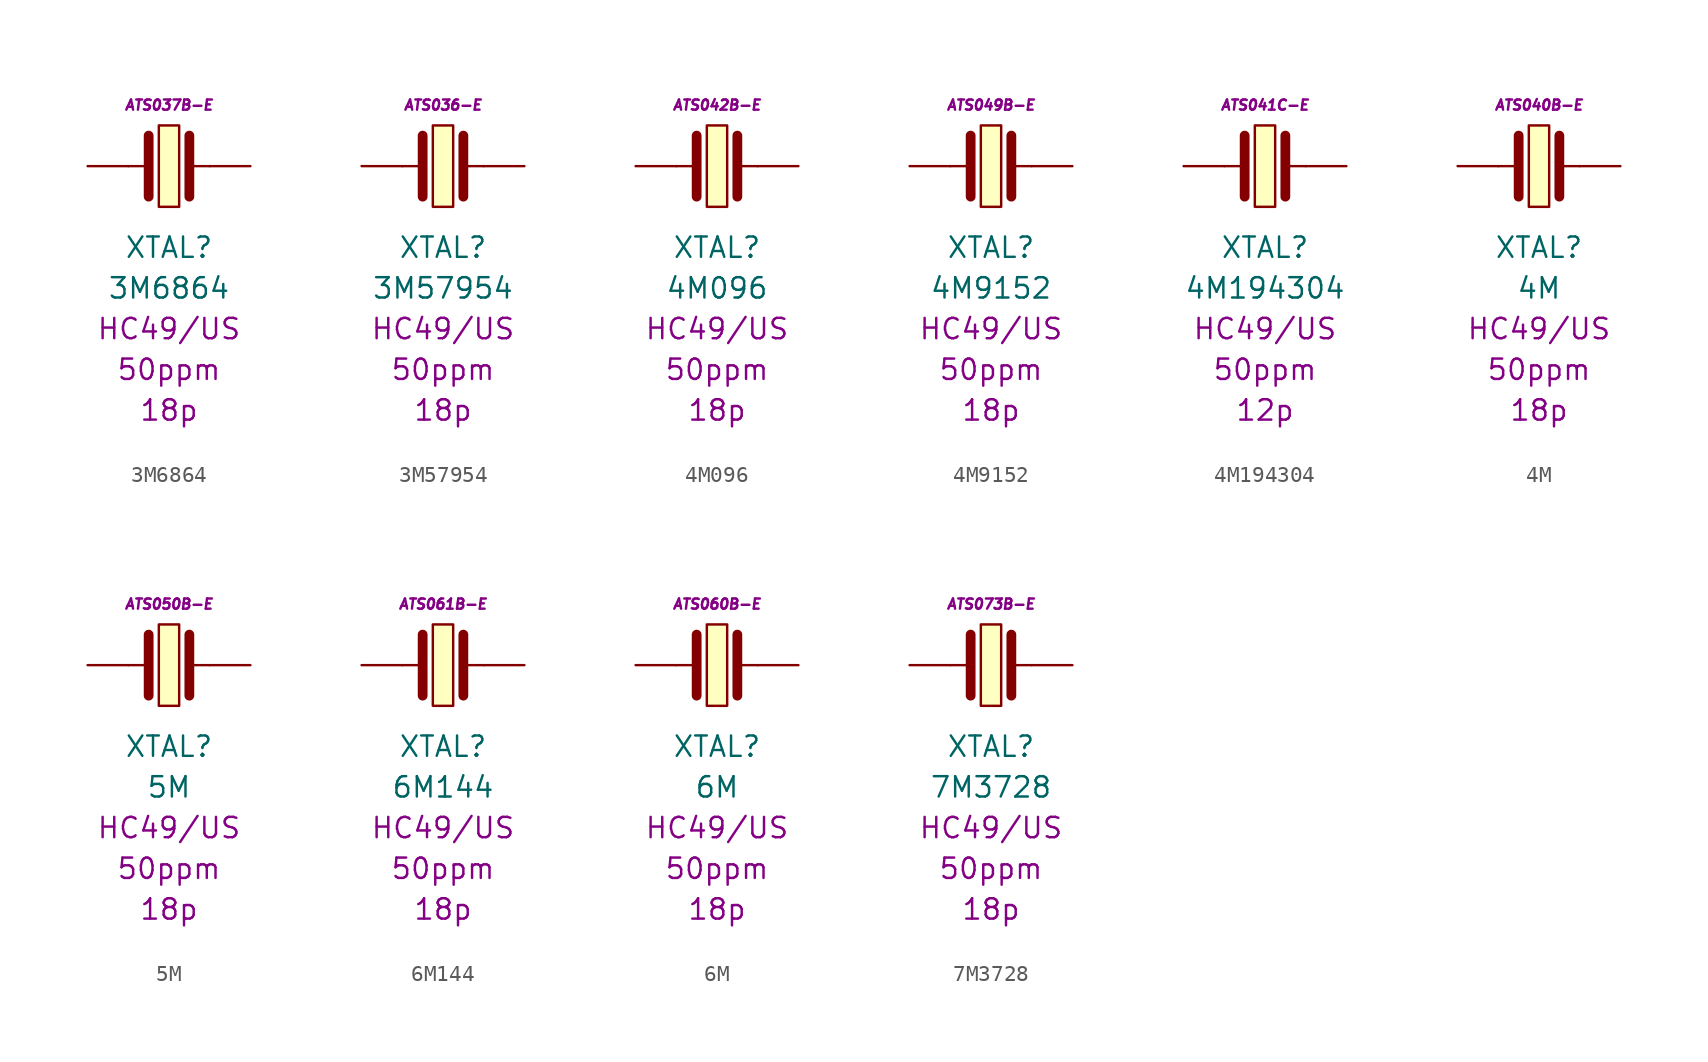
<source format=kicad_sym>
(kicad_symbol_lib
  (version 20201005)
  (generator kicad_symbol_editor)
  (symbol "3M6864"
    (pin_numbers hide)
    (pin_names
      (offset 1.016) hide)
    (property "Reference" "XTAL"
      (at 0 -5.08 0)
      (effects (font (size 1.27 1.27))))
    (property "Value" "3M6864"
      (at 0 -7.62 0)
      (effects (font (size 1.27 1.27))))
    (property "Package" "HC49/US"
      (at 0 -10.16 0)
      (effects (font (size 1.27 1.27))))
    (property "Tolerance" "50ppm"
      (at 0 -12.7 0)
      (effects (font (size 1.27 1.27))))
    (property "LoadCapacitance" "18p"
      (at 0 -15.24 0)
      (effects (font (size 1.27 1.27))))
    (property "MPN" "ATS037B-E"
      (at 0 3.81 0)
      (effects (font (size 0.635 0.635) italic)))
    (symbol "3M6864_0_1"
      (rectangle (start -0.635 2.54) (end 0.635 -2.54) (stroke (width 0.152)) (fill (type background)))
      (polyline (pts (xy -2.54 0) (xy -1.27 0)) (stroke (width 0.152)) (fill (type none)))
      (polyline (pts (xy -1.27 1.905) (xy -1.27 -1.905)) (stroke (width 0.61)) (fill (type none)))
      (polyline (pts (xy 1.27 0) (xy 2.54 0)) (stroke (width 0.152)) (fill (type none)))
      (polyline (pts (xy 1.27 1.905) (xy 1.27 -1.905)) (stroke (width 0.61)) (fill (type none))))
    (symbol "3M6864_1_1"
      (pin passive line (at -5.08 0 0) (length 2.54) (name "~" (effects (font (size 1.778 1.778)))) (number "1" (effects (font (size 1.778 1.778)))))
      (pin passive line (at 5.08 0 180) (length 2.54) (name "~" (effects (font (size 1.778 1.778)))) (number "2" (effects (font (size 1.778 1.778)))))))
  (symbol "3M57954"
    (pin_numbers hide)
    (pin_names
      (offset 1.016) hide)
    (property "Reference" "XTAL"
      (at 0 -5.08 0)
      (effects (font (size 1.27 1.27))))
    (property "Value" "3M57954"
      (at 0 -7.62 0)
      (effects (font (size 1.27 1.27))))
    (property "Package" "HC49/US"
      (at 0 -10.16 0)
      (effects (font (size 1.27 1.27))))
    (property "Tolerance" "50ppm"
      (at 0 -12.7 0)
      (effects (font (size 1.27 1.27))))
    (property "LoadCapacitance" "18p"
      (at 0 -15.24 0)
      (effects (font (size 1.27 1.27))))
    (property "MPN" "ATS036-E"
      (at 0 3.81 0)
      (effects (font (size 0.635 0.635) italic)))
    (symbol "3M57954_0_1"
      (rectangle (start -0.635 2.54) (end 0.635 -2.54) (stroke (width 0.152)) (fill (type background)))
      (polyline (pts (xy -2.54 0) (xy -1.27 0)) (stroke (width 0.152)) (fill (type none)))
      (polyline (pts (xy -1.27 1.905) (xy -1.27 -1.905)) (stroke (width 0.61)) (fill (type none)))
      (polyline (pts (xy 1.27 0) (xy 2.54 0)) (stroke (width 0.152)) (fill (type none)))
      (polyline (pts (xy 1.27 1.905) (xy 1.27 -1.905)) (stroke (width 0.61)) (fill (type none))))
    (symbol "3M57954_1_1"
      (pin passive line (at -5.08 0 0) (length 2.54) (name "~" (effects (font (size 1.778 1.778)))) (number "1" (effects (font (size 1.778 1.778)))))
      (pin passive line (at 5.08 0 180) (length 2.54) (name "~" (effects (font (size 1.778 1.778)))) (number "2" (effects (font (size 1.778 1.778)))))))
  (symbol "4M096"
    (pin_numbers hide)
    (pin_names
      (offset 1.016) hide)
    (property "Reference" "XTAL"
      (at 0 -5.08 0)
      (effects (font (size 1.27 1.27))))
    (property "Value" "4M096"
      (at 0 -7.62 0)
      (effects (font (size 1.27 1.27))))
    (property "Package" "HC49/US"
      (at 0 -10.16 0)
      (effects (font (size 1.27 1.27))))
    (property "Tolerance" "50ppm"
      (at 0 -12.7 0)
      (effects (font (size 1.27 1.27))))
    (property "LoadCapacitance" "18p"
      (at 0 -15.24 0)
      (effects (font (size 1.27 1.27))))
    (property "MPN" "ATS042B-E"
      (at 0 3.81 0)
      (effects (font (size 0.635 0.635) italic)))
    (symbol "4M096_0_1"
      (rectangle (start -0.635 2.54) (end 0.635 -2.54) (stroke (width 0.152)) (fill (type background)))
      (polyline (pts (xy -2.54 0) (xy -1.27 0)) (stroke (width 0.152)) (fill (type none)))
      (polyline (pts (xy -1.27 1.905) (xy -1.27 -1.905)) (stroke (width 0.61)) (fill (type none)))
      (polyline (pts (xy 1.27 0) (xy 2.54 0)) (stroke (width 0.152)) (fill (type none)))
      (polyline (pts (xy 1.27 1.905) (xy 1.27 -1.905)) (stroke (width 0.61)) (fill (type none))))
    (symbol "4M096_1_1"
      (pin passive line (at -5.08 0 0) (length 2.54) (name "~" (effects (font (size 1.778 1.778)))) (number "1" (effects (font (size 1.778 1.778)))))
      (pin passive line (at 5.08 0 180) (length 2.54) (name "~" (effects (font (size 1.778 1.778)))) (number "2" (effects (font (size 1.778 1.778)))))))
  (symbol "4M9152"
    (pin_numbers hide)
    (pin_names
      (offset 1.016) hide)
    (property "Reference" "XTAL"
      (at 0 -5.08 0)
      (effects (font (size 1.27 1.27))))
    (property "Value" "4M9152"
      (at 0 -7.62 0)
      (effects (font (size 1.27 1.27))))
    (property "Package" "HC49/US"
      (at 0 -10.16 0)
      (effects (font (size 1.27 1.27))))
    (property "Tolerance" "50ppm"
      (at 0 -12.7 0)
      (effects (font (size 1.27 1.27))))
    (property "LoadCapacitance" "18p"
      (at 0 -15.24 0)
      (effects (font (size 1.27 1.27))))
    (property "MPN" "ATS049B-E"
      (at 0 3.81 0)
      (effects (font (size 0.635 0.635) italic)))
    (symbol "4M9152_0_1"
      (rectangle (start -0.635 2.54) (end 0.635 -2.54) (stroke (width 0.152)) (fill (type background)))
      (polyline (pts (xy -2.54 0) (xy -1.27 0)) (stroke (width 0.152)) (fill (type none)))
      (polyline (pts (xy -1.27 1.905) (xy -1.27 -1.905)) (stroke (width 0.61)) (fill (type none)))
      (polyline (pts (xy 1.27 0) (xy 2.54 0)) (stroke (width 0.152)) (fill (type none)))
      (polyline (pts (xy 1.27 1.905) (xy 1.27 -1.905)) (stroke (width 0.61)) (fill (type none))))
    (symbol "4M9152_1_1"
      (pin passive line (at -5.08 0 0) (length 2.54) (name "~" (effects (font (size 1.778 1.778)))) (number "1" (effects (font (size 1.778 1.778)))))
      (pin passive line (at 5.08 0 180) (length 2.54) (name "~" (effects (font (size 1.778 1.778)))) (number "2" (effects (font (size 1.778 1.778)))))))
  (symbol "4M194304"
    (pin_numbers hide)
    (pin_names
      (offset 1.016) hide)
    (property "Reference" "XTAL"
      (at 0 -5.08 0)
      (effects (font (size 1.27 1.27))))
    (property "Value" "4M194304"
      (at 0 -7.62 0)
      (effects (font (size 1.27 1.27))))
    (property "Package" "HC49/US"
      (at 0 -10.16 0)
      (effects (font (size 1.27 1.27))))
    (property "Tolerance" "50ppm"
      (at 0 -12.7 0)
      (effects (font (size 1.27 1.27))))
    (property "LoadCapacitance" "12p"
      (at 0 -15.24 0)
      (effects (font (size 1.27 1.27))))
    (property "MPN" "ATS041C-E"
      (at 0 3.81 0)
      (effects (font (size 0.635 0.635) italic)))
    (symbol "4M194304_0_1"
      (rectangle (start -0.635 2.54) (end 0.635 -2.54) (stroke (width 0.152)) (fill (type background)))
      (polyline (pts (xy -2.54 0) (xy -1.27 0)) (stroke (width 0.152)) (fill (type none)))
      (polyline (pts (xy -1.27 1.905) (xy -1.27 -1.905)) (stroke (width 0.61)) (fill (type none)))
      (polyline (pts (xy 1.27 0) (xy 2.54 0)) (stroke (width 0.152)) (fill (type none)))
      (polyline (pts (xy 1.27 1.905) (xy 1.27 -1.905)) (stroke (width 0.61)) (fill (type none))))
    (symbol "4M194304_1_1"
      (pin passive line (at -5.08 0 0) (length 2.54) (name "~" (effects (font (size 1.778 1.778)))) (number "1" (effects (font (size 1.778 1.778)))))
      (pin passive line (at 5.08 0 180) (length 2.54) (name "~" (effects (font (size 1.778 1.778)))) (number "2" (effects (font (size 1.778 1.778)))))))
  (symbol "4M"
    (pin_numbers hide)
    (pin_names
      (offset 1.016) hide)
    (property "Reference" "XTAL"
      (at 0 -5.08 0)
      (effects (font (size 1.27 1.27))))
    (property "Value" "4M"
      (at 0 -7.62 0)
      (effects (font (size 1.27 1.27))))
    (property "Package" "HC49/US"
      (at 0 -10.16 0)
      (effects (font (size 1.27 1.27))))
    (property "Tolerance" "50ppm"
      (at 0 -12.7 0)
      (effects (font (size 1.27 1.27))))
    (property "LoadCapacitance" "18p"
      (at 0 -15.24 0)
      (effects (font (size 1.27 1.27))))
    (property "MPN" "ATS040B-E"
      (at 0 3.81 0)
      (effects (font (size 0.635 0.635) italic)))
    (symbol "4M_0_1"
      (rectangle (start -0.635 2.54) (end 0.635 -2.54) (stroke (width 0.152)) (fill (type background)))
      (polyline (pts (xy -2.54 0) (xy -1.27 0)) (stroke (width 0.152)) (fill (type none)))
      (polyline (pts (xy -1.27 1.905) (xy -1.27 -1.905)) (stroke (width 0.61)) (fill (type none)))
      (polyline (pts (xy 1.27 0) (xy 2.54 0)) (stroke (width 0.152)) (fill (type none)))
      (polyline (pts (xy 1.27 1.905) (xy 1.27 -1.905)) (stroke (width 0.61)) (fill (type none))))
    (symbol "4M_1_1"
      (pin passive line (at -5.08 0 0) (length 2.54) (name "~" (effects (font (size 1.778 1.778)))) (number "1" (effects (font (size 1.778 1.778)))))
      (pin passive line (at 5.08 0 180) (length 2.54) (name "~" (effects (font (size 1.778 1.778)))) (number "2" (effects (font (size 1.778 1.778)))))))
  (symbol "5M"
    (pin_numbers hide)
    (pin_names
      (offset 1.016) hide)
    (property "Reference" "XTAL"
      (at 0 -5.08 0)
      (effects (font (size 1.27 1.27))))
    (property "Value" "5M"
      (at 0 -7.62 0)
      (effects (font (size 1.27 1.27))))
    (property "Package" "HC49/US"
      (at 0 -10.16 0)
      (effects (font (size 1.27 1.27))))
    (property "Tolerance" "50ppm"
      (at 0 -12.7 0)
      (effects (font (size 1.27 1.27))))
    (property "LoadCapacitance" "18p"
      (at 0 -15.24 0)
      (effects (font (size 1.27 1.27))))
    (property "MPN" "ATS050B-E"
      (at 0 3.81 0)
      (effects (font (size 0.635 0.635) italic)))
    (symbol "5M_0_1"
      (rectangle (start -0.635 2.54) (end 0.635 -2.54) (stroke (width 0.152)) (fill (type background)))
      (polyline (pts (xy -2.54 0) (xy -1.27 0)) (stroke (width 0.152)) (fill (type none)))
      (polyline (pts (xy -1.27 1.905) (xy -1.27 -1.905)) (stroke (width 0.61)) (fill (type none)))
      (polyline (pts (xy 1.27 0) (xy 2.54 0)) (stroke (width 0.152)) (fill (type none)))
      (polyline (pts (xy 1.27 1.905) (xy 1.27 -1.905)) (stroke (width 0.61)) (fill (type none))))
    (symbol "5M_1_1"
      (pin passive line (at -5.08 0 0) (length 2.54) (name "~" (effects (font (size 1.778 1.778)))) (number "1" (effects (font (size 1.778 1.778)))))
      (pin passive line (at 5.08 0 180) (length 2.54) (name "~" (effects (font (size 1.778 1.778)))) (number "2" (effects (font (size 1.778 1.778)))))))
  (symbol "6M144"
    (pin_numbers hide)
    (pin_names
      (offset 1.016) hide)
    (property "Reference" "XTAL"
      (at 0 -5.08 0)
      (effects (font (size 1.27 1.27))))
    (property "Value" "6M144"
      (at 0 -7.62 0)
      (effects (font (size 1.27 1.27))))
    (property "Package" "HC49/US"
      (at 0 -10.16 0)
      (effects (font (size 1.27 1.27))))
    (property "Tolerance" "50ppm"
      (at 0 -12.7 0)
      (effects (font (size 1.27 1.27))))
    (property "LoadCapacitance" "18p"
      (at 0 -15.24 0)
      (effects (font (size 1.27 1.27))))
    (property "MPN" "ATS061B-E"
      (at 0 3.81 0)
      (effects (font (size 0.635 0.635) italic)))
    (symbol "6M144_0_1"
      (rectangle (start -0.635 2.54) (end 0.635 -2.54) (stroke (width 0.152)) (fill (type background)))
      (polyline (pts (xy -2.54 0) (xy -1.27 0)) (stroke (width 0.152)) (fill (type none)))
      (polyline (pts (xy -1.27 1.905) (xy -1.27 -1.905)) (stroke (width 0.61)) (fill (type none)))
      (polyline (pts (xy 1.27 0) (xy 2.54 0)) (stroke (width 0.152)) (fill (type none)))
      (polyline (pts (xy 1.27 1.905) (xy 1.27 -1.905)) (stroke (width 0.61)) (fill (type none))))
    (symbol "6M144_1_1"
      (pin passive line (at -5.08 0 0) (length 2.54) (name "~" (effects (font (size 1.778 1.778)))) (number "1" (effects (font (size 1.778 1.778)))))
      (pin passive line (at 5.08 0 180) (length 2.54) (name "~" (effects (font (size 1.778 1.778)))) (number "2" (effects (font (size 1.778 1.778)))))))
  (symbol "6M"
    (pin_numbers hide)
    (pin_names
      (offset 1.016) hide)
    (property "Reference" "XTAL"
      (at 0 -5.08 0)
      (effects (font (size 1.27 1.27))))
    (property "Value" "6M"
      (at 0 -7.62 0)
      (effects (font (size 1.27 1.27))))
    (property "Package" "HC49/US"
      (at 0 -10.16 0)
      (effects (font (size 1.27 1.27))))
    (property "Tolerance" "50ppm"
      (at 0 -12.7 0)
      (effects (font (size 1.27 1.27))))
    (property "LoadCapacitance" "18p"
      (at 0 -15.24 0)
      (effects (font (size 1.27 1.27))))
    (property "MPN" "ATS060B-E"
      (at 0 3.81 0)
      (effects (font (size 0.635 0.635) italic)))
    (symbol "6M_0_1"
      (rectangle (start -0.635 2.54) (end 0.635 -2.54) (stroke (width 0.152)) (fill (type background)))
      (polyline (pts (xy -2.54 0) (xy -1.27 0)) (stroke (width 0.152)) (fill (type none)))
      (polyline (pts (xy -1.27 1.905) (xy -1.27 -1.905)) (stroke (width 0.61)) (fill (type none)))
      (polyline (pts (xy 1.27 0) (xy 2.54 0)) (stroke (width 0.152)) (fill (type none)))
      (polyline (pts (xy 1.27 1.905) (xy 1.27 -1.905)) (stroke (width 0.61)) (fill (type none))))
    (symbol "6M_1_1"
      (pin passive line (at -5.08 0 0) (length 2.54) (name "~" (effects (font (size 1.778 1.778)))) (number "1" (effects (font (size 1.778 1.778)))))
      (pin passive line (at 5.08 0 180) (length 2.54) (name "~" (effects (font (size 1.778 1.778)))) (number "2" (effects (font (size 1.778 1.778)))))))
  (symbol "7M3728"
    (pin_numbers hide)
    (pin_names
      (offset 1.016) hide)
    (property "Reference" "XTAL"
      (at 0 -5.08 0)
      (effects (font (size 1.27 1.27))))
    (property "Value" "7M3728"
      (at 0 -7.62 0)
      (effects (font (size 1.27 1.27))))
    (property "Package" "HC49/US"
      (at 0 -10.16 0)
      (effects (font (size 1.27 1.27))))
    (property "Tolerance" "50ppm"
      (at 0 -12.7 0)
      (effects (font (size 1.27 1.27))))
    (property "LoadCapacitance" "18p"
      (at 0 -15.24 0)
      (effects (font (size 1.27 1.27))))
    (property "MPN" "ATS073B-E"
      (at 0 3.81 0)
      (effects (font (size 0.635 0.635) italic)))
    (symbol "7M3728_0_1"
      (rectangle (start -0.635 2.54) (end 0.635 -2.54) (stroke (width 0.152)) (fill (type background)))
      (polyline (pts (xy -2.54 0) (xy -1.27 0)) (stroke (width 0.152)) (fill (type none)))
      (polyline (pts (xy -1.27 1.905) (xy -1.27 -1.905)) (stroke (width 0.61)) (fill (type none)))
      (polyline (pts (xy 1.27 0) (xy 2.54 0)) (stroke (width 0.152)) (fill (type none)))
      (polyline (pts (xy 1.27 1.905) (xy 1.27 -1.905)) (stroke (width 0.61)) (fill (type none))))
    (symbol "7M3728_1_1"
      (pin passive line (at -5.08 0 0) (length 2.54) (name "~" (effects (font (size 1.778 1.778)))) (number "1" (effects (font (size 1.778 1.778)))))
      (pin passive line (at 5.08 0 180) (length 2.54) (name "~" (effects (font (size 1.778 1.778)))) (number "2" (effects (font (size 1.778 1.778))))))))
</source>
